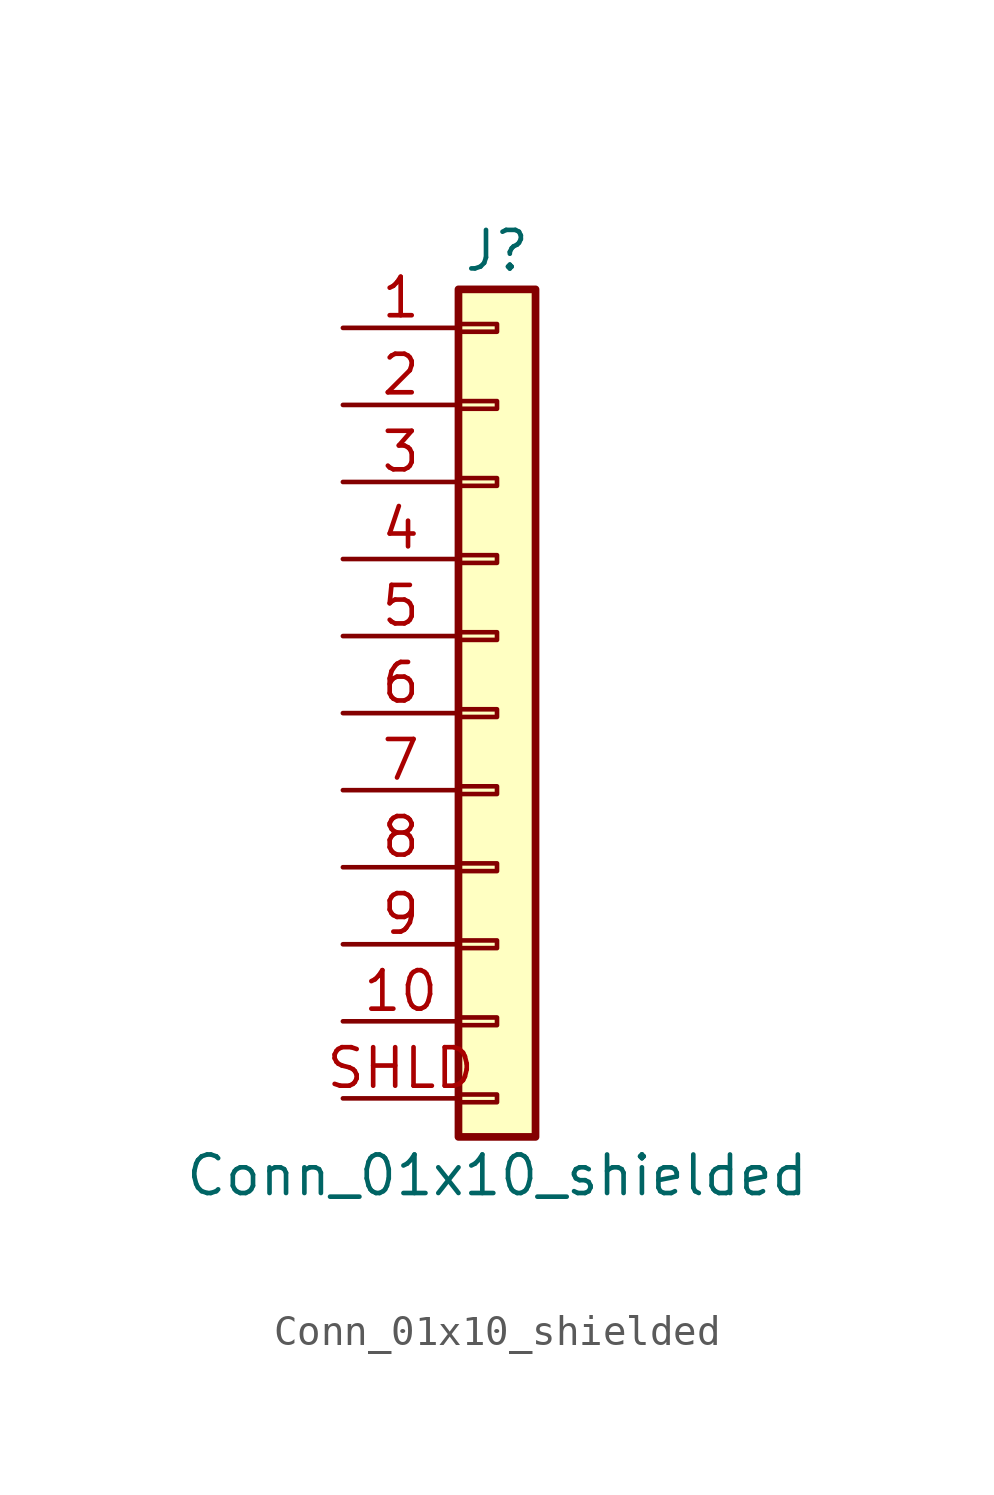
<source format=kicad_sym>
(kicad_symbol_lib
  (version 20211014)
  (generator kicad_symbol_editor)
  (symbol "Conn_01x10_shielded"
    (pin_names
      (offset 1.016) hide)
    (property "Reference" "J"
      (at 0 15.24 0)
      (effects (font (size 1.27 1.27))))
    (property "Value" "Conn_01x10_shielded"
      (at 0 -15.24 0)
      (effects (font (size 1.27 1.27))))
    (symbol "Conn_01x10_shielded_1_1"
      (rectangle (start -1.27 -12.573) (end 0 -12.827) (stroke (width 0.152) (type default) (color 0 0 0 0)) (fill (type none)))
      (rectangle (start -1.27 -10.033) (end 0 -10.287) (stroke (width 0.152) (type default) (color 0 0 0 0)) (fill (type none)))
      (rectangle (start -1.27 -7.493) (end 0 -7.747) (stroke (width 0.152) (type default) (color 0 0 0 0)) (fill (type none)))
      (rectangle (start -1.27 -4.953) (end 0 -5.207) (stroke (width 0.152) (type default) (color 0 0 0 0)) (fill (type none)))
      (rectangle (start -1.27 -2.413) (end 0 -2.667) (stroke (width 0.152) (type default) (color 0 0 0 0)) (fill (type none)))
      (rectangle (start -1.27 0.127) (end 0 -0.127) (stroke (width 0.152) (type default) (color 0 0 0 0)) (fill (type none)))
      (rectangle (start -1.27 2.667) (end 0 2.413) (stroke (width 0.152) (type default) (color 0 0 0 0)) (fill (type none)))
      (rectangle (start -1.27 5.207) (end 0 4.953) (stroke (width 0.152) (type default) (color 0 0 0 0)) (fill (type none)))
      (rectangle (start -1.27 7.747) (end 0 7.493) (stroke (width 0.152) (type default) (color 0 0 0 0)) (fill (type none)))
      (rectangle (start -1.27 10.287) (end 0 10.033) (stroke (width 0.152) (type default) (color 0 0 0 0)) (fill (type none)))
      (rectangle (start -1.27 12.827) (end 0 12.573) (stroke (width 0.152) (type default) (color 0 0 0 0)) (fill (type none)))
      (rectangle (start -1.27 13.97) (end 1.27 -13.97) (stroke (width 0.254) (type default) (color 0 0 0 0)) (fill (type background)))
      (pin passive line (at -5.08 12.7 0) (length 3.81) (name "Pin_1" (effects (font (size 1.27 1.27)))) (number "1" (effects (font (size 1.27 1.27)))))
      (pin passive line (at -5.08 -10.16 0) (length 3.81) (name "Pin_10" (effects (font (size 1.27 1.27)))) (number "10" (effects (font (size 1.27 1.27)))))
      (pin passive line (at -5.08 10.16 0) (length 3.81) (name "Pin_2" (effects (font (size 1.27 1.27)))) (number "2" (effects (font (size 1.27 1.27)))))
      (pin passive line (at -5.08 7.62 0) (length 3.81) (name "Pin_3" (effects (font (size 1.27 1.27)))) (number "3" (effects (font (size 1.27 1.27)))))
      (pin passive line (at -5.08 5.08 0) (length 3.81) (name "Pin_4" (effects (font (size 1.27 1.27)))) (number "4" (effects (font (size 1.27 1.27)))))
      (pin passive line (at -5.08 2.54 0) (length 3.81) (name "Pin_5" (effects (font (size 1.27 1.27)))) (number "5" (effects (font (size 1.27 1.27)))))
      (pin passive line (at -5.08 0 0) (length 3.81) (name "Pin_6" (effects (font (size 1.27 1.27)))) (number "6" (effects (font (size 1.27 1.27)))))
      (pin passive line (at -5.08 -2.54 0) (length 3.81) (name "Pin_7" (effects (font (size 1.27 1.27)))) (number "7" (effects (font (size 1.27 1.27)))))
      (pin passive line (at -5.08 -5.08 0) (length 3.81) (name "Pin_8" (effects (font (size 1.27 1.27)))) (number "8" (effects (font (size 1.27 1.27)))))
      (pin passive line (at -5.08 -7.62 0) (length 3.81) (name "Pin_9" (effects (font (size 1.27 1.27)))) (number "9" (effects (font (size 1.27 1.27)))))
      (pin passive line (at -5.08 -12.7 0) (length 3.81) (name "SHLD" (effects (font (size 1.27 1.27)))) (number "SHLD" (effects (font (size 1.27 1.27))))))))
</source>
